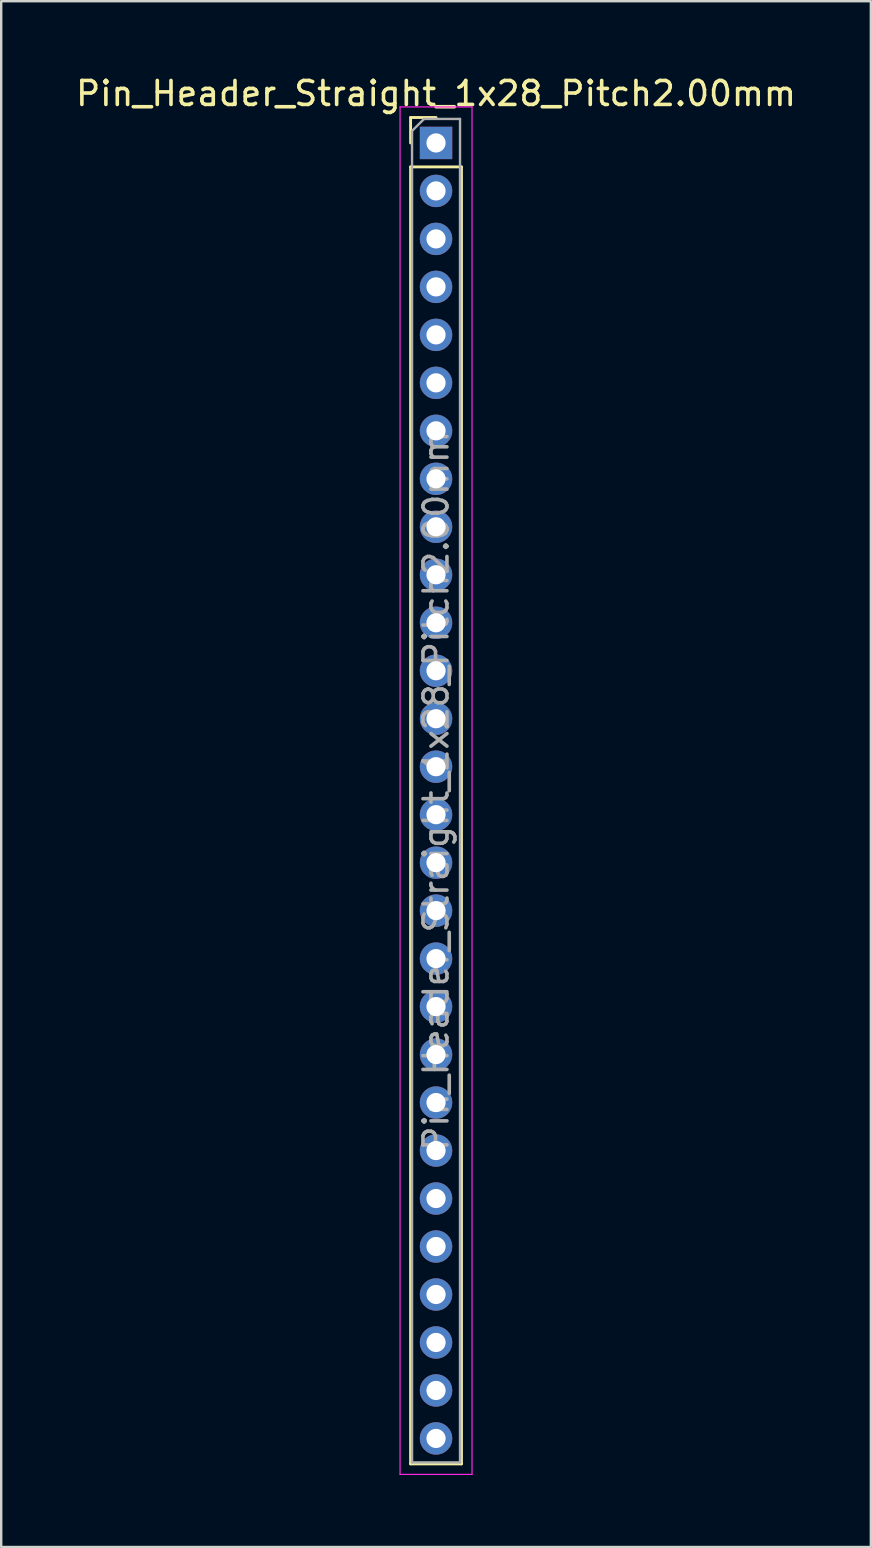
<source format=kicad_pcb>
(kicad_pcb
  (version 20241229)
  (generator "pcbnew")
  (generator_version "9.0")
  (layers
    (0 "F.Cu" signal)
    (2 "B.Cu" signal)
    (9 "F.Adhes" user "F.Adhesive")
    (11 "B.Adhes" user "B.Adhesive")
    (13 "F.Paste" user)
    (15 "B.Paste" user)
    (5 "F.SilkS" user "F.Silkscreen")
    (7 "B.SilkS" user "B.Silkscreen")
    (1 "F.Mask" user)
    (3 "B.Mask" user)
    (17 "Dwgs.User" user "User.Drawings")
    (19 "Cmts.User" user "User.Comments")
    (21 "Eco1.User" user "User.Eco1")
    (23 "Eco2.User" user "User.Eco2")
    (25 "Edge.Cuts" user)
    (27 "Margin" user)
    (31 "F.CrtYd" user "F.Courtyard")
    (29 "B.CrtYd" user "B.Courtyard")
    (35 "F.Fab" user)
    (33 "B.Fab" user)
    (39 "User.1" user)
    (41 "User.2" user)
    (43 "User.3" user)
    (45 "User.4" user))
  (footprint "Pin_Header_Straight_1x28_Pitch2.00mm"
    (layer "F.Cu")
    (at 15.125 2.908)
    (property "Reference" "Pin_Header_Straight_1x28_Pitch2.00mm" (at 0 -2.06 0) (layer "F.SilkS") (effects (font (size 1 1) (thickness 0.15))))
    (attr through_hole)
    (fp_line (start -1.06 -1.06) (end 0 -1.06) (stroke (width 0.12) (type solid)) (layer "F.SilkS"))
    (fp_line (start -1.06 0) (end -1.06 -1.06) (stroke (width 0.12) (type solid)) (layer "F.SilkS"))
    (fp_line (start -1.06 1) (end -1.06 55.06) (stroke (width 0.12) (type solid)) (layer "F.SilkS"))
    (fp_line (start -1.06 1) (end 1.06 1) (stroke (width 0.12) (type solid)) (layer "F.SilkS"))
    (fp_line (start -1.06 55.06) (end 1.06 55.06) (stroke (width 0.12) (type solid)) (layer "F.SilkS"))
    (fp_line (start 1.06 1) (end 1.06 55.06) (stroke (width 0.12) (type solid)) (layer "F.SilkS"))
    (fp_line (start -1.5 -1.5) (end -1.5 55.5) (stroke (width 0.05) (type solid)) (layer "F.CrtYd"))
    (fp_line (start -1.5 55.5) (end 1.5 55.5) (stroke (width 0.05) (type solid)) (layer "F.CrtYd"))
    (fp_line (start 1.5 -1.5) (end -1.5 -1.5) (stroke (width 0.05) (type solid)) (layer "F.CrtYd"))
    (fp_line (start 1.5 55.5) (end 1.5 -1.5) (stroke (width 0.05) (type solid)) (layer "F.CrtYd"))
    (fp_line (start -1 -0.5) (end -0.5 -1) (stroke (width 0.1) (type solid)) (layer "F.Fab"))
    (fp_line (start -1 55) (end -1 -0.5) (stroke (width 0.1) (type solid)) (layer "F.Fab"))
    (fp_line (start -0.5 -1) (end 1 -1) (stroke (width 0.1) (type solid)) (layer "F.Fab"))
    (fp_line (start 1 -1) (end 1 55) (stroke (width 0.1) (type solid)) (layer "F.Fab"))
    (fp_line (start 1 55) (end -1 55) (stroke (width 0.1) (type solid)) (layer "F.Fab"))
    (fp_text user "${REFERENCE}" (at 0 27 90) (layer "F.Fab") (effects (font (size 1 1) (thickness 0.15))))
    (pad "1" thru_hole rect (at 0 0) (size 1.35 1.35) (drill 0.8) (layers "*.Cu" "*.Mask"))
    (pad "2" thru_hole oval (at 0 2) (size 1.35 1.35) (drill 0.8) (layers "*.Cu" "*.Mask"))
    (pad "3" thru_hole oval (at 0 4) (size 1.35 1.35) (drill 0.8) (layers "*.Cu" "*.Mask"))
    (pad "4" thru_hole oval (at 0 6) (size 1.35 1.35) (drill 0.8) (layers "*.Cu" "*.Mask"))
    (pad "5" thru_hole oval (at 0 8) (size 1.35 1.35) (drill 0.8) (layers "*.Cu" "*.Mask"))
    (pad "6" thru_hole oval (at 0 10) (size 1.35 1.35) (drill 0.8) (layers "*.Cu" "*.Mask"))
    (pad "7" thru_hole oval (at 0 12) (size 1.35 1.35) (drill 0.8) (layers "*.Cu" "*.Mask"))
    (pad "8" thru_hole oval (at 0 14) (size 1.35 1.35) (drill 0.8) (layers "*.Cu" "*.Mask"))
    (pad "9" thru_hole oval (at 0 16) (size 1.35 1.35) (drill 0.8) (layers "*.Cu" "*.Mask"))
    (pad "10" thru_hole oval (at 0 18) (size 1.35 1.35) (drill 0.8) (layers "*.Cu" "*.Mask"))
    (pad "11" thru_hole oval (at 0 20) (size 1.35 1.35) (drill 0.8) (layers "*.Cu" "*.Mask"))
    (pad "12" thru_hole oval (at 0 22) (size 1.35 1.35) (drill 0.8) (layers "*.Cu" "*.Mask"))
    (pad "13" thru_hole oval (at 0 24) (size 1.35 1.35) (drill 0.8) (layers "*.Cu" "*.Mask"))
    (pad "14" thru_hole oval (at 0 26) (size 1.35 1.35) (drill 0.8) (layers "*.Cu" "*.Mask"))
    (pad "15" thru_hole oval (at 0 28) (size 1.35 1.35) (drill 0.8) (layers "*.Cu" "*.Mask"))
    (pad "16" thru_hole oval (at 0 30) (size 1.35 1.35) (drill 0.8) (layers "*.Cu" "*.Mask"))
    (pad "17" thru_hole oval (at 0 32) (size 1.35 1.35) (drill 0.8) (layers "*.Cu" "*.Mask"))
    (pad "18" thru_hole oval (at 0 34) (size 1.35 1.35) (drill 0.8) (layers "*.Cu" "*.Mask"))
    (pad "19" thru_hole oval (at 0 36) (size 1.35 1.35) (drill 0.8) (layers "*.Cu" "*.Mask"))
    (pad "20" thru_hole oval (at 0 38) (size 1.35 1.35) (drill 0.8) (layers "*.Cu" "*.Mask"))
    (pad "21" thru_hole oval (at 0 40) (size 1.35 1.35) (drill 0.8) (layers "*.Cu" "*.Mask"))
    (pad "22" thru_hole oval (at 0 42) (size 1.35 1.35) (drill 0.8) (layers "*.Cu" "*.Mask"))
    (pad "23" thru_hole oval (at 0 44) (size 1.35 1.35) (drill 0.8) (layers "*.Cu" "*.Mask"))
    (pad "24" thru_hole oval (at 0 46) (size 1.35 1.35) (drill 0.8) (layers "*.Cu" "*.Mask"))
    (pad "25" thru_hole oval (at 0 48) (size 1.35 1.35) (drill 0.8) (layers "*.Cu" "*.Mask"))
    (pad "26" thru_hole oval (at 0 50) (size 1.35 1.35) (drill 0.8) (layers "*.Cu" "*.Mask"))
    (pad "27" thru_hole oval (at 0 52) (size 1.35 1.35) (drill 0.8) (layers "*.Cu" "*.Mask"))
    (pad "28" thru_hole oval (at 0 54) (size 1.35 1.35) (drill 0.8) (layers "*.Cu" "*.Mask")))
  (gr_rect
    (start -3 -3)
    (end 33.25 61.433)
    (stroke (width 0.1) (type default))
    (fill no)
    (layer "Edge.Cuts")))
</source>
